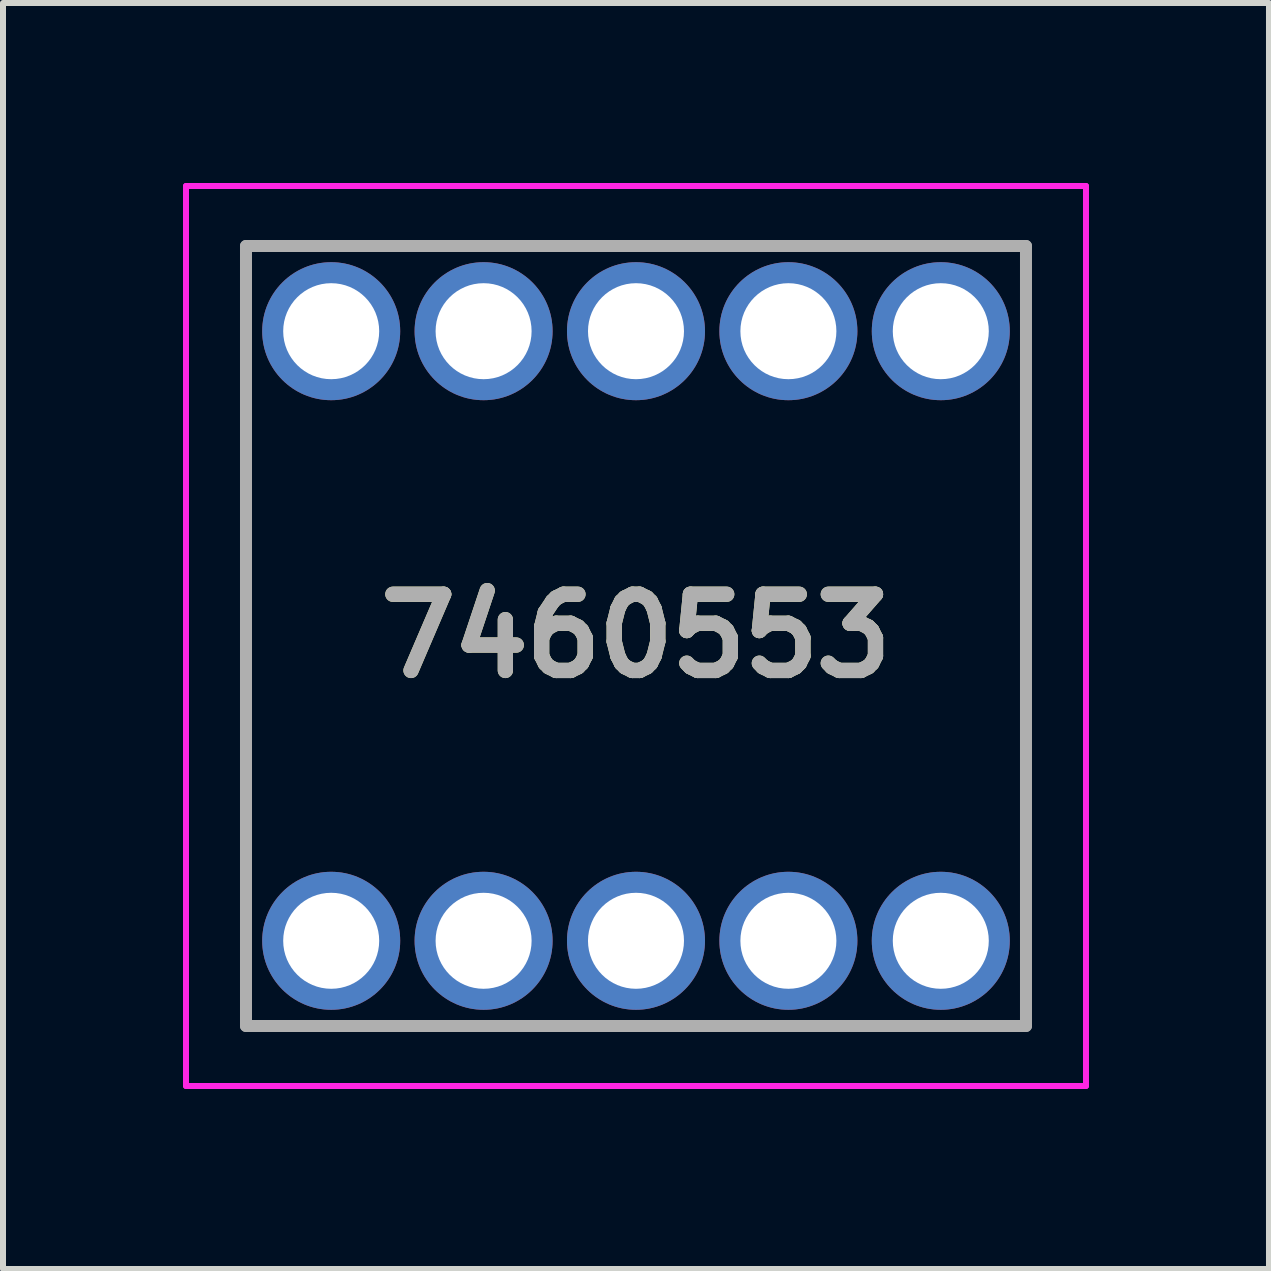
<source format=kicad_pcb>
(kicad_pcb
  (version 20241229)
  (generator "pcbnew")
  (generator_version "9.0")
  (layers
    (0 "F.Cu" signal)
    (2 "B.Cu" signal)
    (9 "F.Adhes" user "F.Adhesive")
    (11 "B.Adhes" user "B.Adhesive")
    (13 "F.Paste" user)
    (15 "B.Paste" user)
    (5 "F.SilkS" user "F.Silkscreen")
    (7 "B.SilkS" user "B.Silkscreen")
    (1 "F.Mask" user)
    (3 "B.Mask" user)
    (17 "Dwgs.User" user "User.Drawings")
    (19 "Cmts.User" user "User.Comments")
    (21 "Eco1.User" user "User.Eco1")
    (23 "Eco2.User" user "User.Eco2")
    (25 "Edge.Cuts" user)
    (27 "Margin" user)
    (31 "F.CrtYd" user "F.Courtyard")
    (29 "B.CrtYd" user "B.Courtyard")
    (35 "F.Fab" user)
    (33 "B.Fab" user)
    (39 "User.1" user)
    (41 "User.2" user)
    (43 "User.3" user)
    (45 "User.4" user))
  (footprint "7460553"
    (layer "F.Cu")
    (at 7.55 7.55)
    (property "Reference" "7460553" (at 0 0 0) (layer "F.SilkS") (effects (font (size 1.27 1.27) (thickness 0.254))))
    (attr through_hole)
    (fp_line (start -6.5 -6.5) (end 6.5 -6.5) (stroke (width 0.1) (type solid)) (layer "F.SilkS"))
    (fp_line (start -6.5 6.5) (end -6.5 -6.5) (stroke (width 0.1) (type solid)) (layer "F.SilkS"))
    (fp_line (start 6.5 -6.5) (end 6.5 6.5) (stroke (width 0.1) (type solid)) (layer "F.SilkS"))
    (fp_line (start 6.5 6.5) (end -6.5 6.5) (stroke (width 0.1) (type solid)) (layer "F.SilkS"))
    (fp_line (start -7.5 -7.5) (end 7.5 -7.5) (stroke (width 0.1) (type solid)) (layer "F.CrtYd"))
    (fp_line (start -7.5 7.5) (end -7.5 -7.5) (stroke (width 0.1) (type solid)) (layer "F.CrtYd"))
    (fp_line (start 7.5 -7.5) (end 7.5 7.5) (stroke (width 0.1) (type solid)) (layer "F.CrtYd"))
    (fp_line (start 7.5 7.5) (end -7.5 7.5) (stroke (width 0.1) (type solid)) (layer "F.CrtYd"))
    (fp_line (start -6.5 -6.5) (end 6.5 -6.5) (stroke (width 0.2) (type solid)) (layer "F.Fab"))
    (fp_line (start -6.5 6.5) (end -6.5 -6.5) (stroke (width 0.2) (type solid)) (layer "F.Fab"))
    (fp_line (start 6.5 -6.5) (end 6.5 6.5) (stroke (width 0.2) (type solid)) (layer "F.Fab"))
    (fp_line (start 6.5 6.5) (end -6.5 6.5) (stroke (width 0.2) (type solid)) (layer "F.Fab"))
    (fp_text user "${REFERENCE}" (at 0 0 0) (layer "F.Fab") (effects (font (size 1.27 1.27) (thickness 0.254))))
    (pad "1" thru_hole circle (at -5.08 5.08) (size 2.3 2.3) (drill 1.6) (layers "*.Cu" "*.Mask"))
    (pad "2" thru_hole circle (at -2.54 5.08) (size 2.3 2.3) (drill 1.6) (layers "*.Cu" "*.Mask"))
    (pad "3" thru_hole circle (at 0 5.08) (size 2.3 2.3) (drill 1.6) (layers "*.Cu" "*.Mask"))
    (pad "4" thru_hole circle (at 2.54 5.08) (size 2.3 2.3) (drill 1.6) (layers "*.Cu" "*.Mask"))
    (pad "5" thru_hole circle (at 5.08 5.08) (size 2.3 2.3) (drill 1.6) (layers "*.Cu" "*.Mask"))
    (pad "6" thru_hole circle (at 5.08 -5.08) (size 2.3 2.3) (drill 1.6) (layers "*.Cu" "*.Mask"))
    (pad "7" thru_hole circle (at 2.54 -5.08) (size 2.3 2.3) (drill 1.6) (layers "*.Cu" "*.Mask"))
    (pad "8" thru_hole circle (at 0 -5.08) (size 2.3 2.3) (drill 1.6) (layers "*.Cu" "*.Mask"))
    (pad "9" thru_hole circle (at -2.54 -5.08) (size 2.3 2.3) (drill 1.6) (layers "*.Cu" "*.Mask"))
    (pad "10" thru_hole circle (at -5.08 -5.08) (size 2.3 2.3) (drill 1.6) (layers "*.Cu" "*.Mask")))
  (gr_rect
    (start -3 -3)
    (end 18.1 18.1)
    (stroke (width 0.1) (type default))
    (fill no)
    (layer "Edge.Cuts")))
</source>
